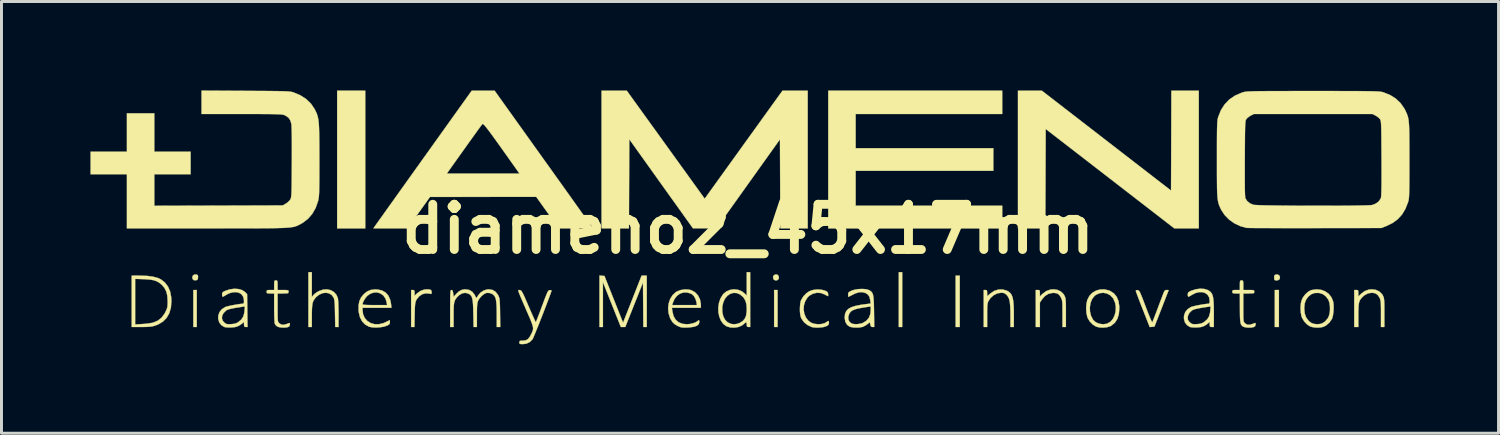
<source format=kicad_pcb>
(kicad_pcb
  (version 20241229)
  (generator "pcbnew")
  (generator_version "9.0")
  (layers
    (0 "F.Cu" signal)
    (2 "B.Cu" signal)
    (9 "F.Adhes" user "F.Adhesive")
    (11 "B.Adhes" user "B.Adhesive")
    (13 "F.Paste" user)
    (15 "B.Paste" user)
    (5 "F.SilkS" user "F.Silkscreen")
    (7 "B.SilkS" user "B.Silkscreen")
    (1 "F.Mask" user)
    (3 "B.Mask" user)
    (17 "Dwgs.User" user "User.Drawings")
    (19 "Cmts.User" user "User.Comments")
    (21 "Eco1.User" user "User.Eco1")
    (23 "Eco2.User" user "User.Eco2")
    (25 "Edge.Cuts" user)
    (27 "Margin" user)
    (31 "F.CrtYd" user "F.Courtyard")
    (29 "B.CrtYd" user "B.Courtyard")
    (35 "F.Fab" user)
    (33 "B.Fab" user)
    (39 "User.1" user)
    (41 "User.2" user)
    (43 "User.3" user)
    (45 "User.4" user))
  (footprint "diameno2_45x17mm"
    (layer "F.Cu")
    (at 22.172 4.672)
    (property "Reference" "diameno2_45x17mm" (at 0 0 0) (layer "F.SilkS") (effects (font (size 1.524 1.524) (thickness 0.3))))
    (attr through_hole)
    (fp_poly (pts (xy -18.588 3.302) (xy -18.704 3.302) (xy -18.704 2.055) (xy -18.588 2.055) (xy -18.588 3.302)) (stroke (width 0.01) (type solid)) (fill yes) (layer "F.SilkS"))
    (fp_poly (pts (xy -12.908 -0.023) (xy -13.855 -0.023) (xy -13.855 -4.664) (xy -12.908 -4.664) (xy -12.908 -0.023)) (stroke (width 0.01) (type solid)) (fill yes) (layer "F.SilkS"))
    (fp_poly (pts (xy 0.993 3.302) (xy 0.877 3.302) (xy 0.877 2.055) (xy 0.993 2.055) (xy 0.993 3.302)) (stroke (width 0.01) (type solid)) (fill yes) (layer "F.SilkS"))
    (fp_poly (pts (xy 5.195 3.302) (xy 5.08 3.302) (xy 5.08 1.455) (xy 5.195 1.455) (xy 5.195 3.302)) (stroke (width 0.01) (type solid)) (fill yes) (layer "F.SilkS"))
    (fp_poly (pts (xy 7.135 3.302) (xy 6.997 3.302) (xy 6.997 1.57) (xy 7.135 1.57) (xy 7.135 3.302)) (stroke (width 0.01) (type solid)) (fill yes) (layer "F.SilkS"))
    (fp_poly (pts (xy 17.895 3.302) (xy 17.757 3.302) (xy 17.757 2.055) (xy 17.895 2.055) (xy 17.895 3.302)) (stroke (width 0.01) (type solid)) (fill yes) (layer "F.SilkS"))
    (fp_poly (pts (xy 0.98 1.535) (xy 1.024 1.575) (xy 1.039 1.64) (xy 1.021 1.695) (xy 0.976 1.728) (xy 0.921 1.733) (xy 0.871 1.708) (xy 0.854 1.685) (xy 0.839 1.619) (xy 0.863 1.563) (xy 0.914 1.533) (xy 0.98 1.535)) (stroke (width 0.01) (type solid)) (fill yes) (layer "F.SilkS"))
    (fp_poly (pts (xy 8.567 -3.879) (xy 3.625 -3.879) (xy 3.625 -2.725) (xy 8.267 -2.725) (xy 8.267 -1.963) (xy 3.625 -1.963) (xy 3.625 -0.785) (xy 8.567 -0.785) (xy 8.567 -0.023) (xy 2.702 -0.023) (xy 2.702 -4.664) (xy 8.567 -4.664) (xy 8.567 -3.879)) (stroke (width 0.01) (type solid)) (fill yes) (layer "F.SilkS"))
    (fp_poly (pts (xy 14.259 -1.297) (xy 14.265 -2.981) (xy 14.27 -4.664) (xy 15.194 -4.664) (xy 15.194 -0.023) (xy 14.369 -0.023) (xy 12.201 -1.699) (xy 10.033 -3.374) (xy 10.027 -1.699) (xy 10.021 -0.023) (xy 9.098 -0.023) (xy 9.098 -4.664) (xy 9.903 -4.664) (xy 14.259 -1.297)) (stroke (width 0.01) (type solid)) (fill yes) (layer "F.SilkS"))
    (fp_poly (pts (xy -18.587 1.536) (xy -18.555 1.556) (xy -18.545 1.596) (xy -18.546 1.636) (xy -18.556 1.692) (xy -18.579 1.718) (xy -18.627 1.727) (xy -18.689 1.723) (xy -18.724 1.691) (xy -18.724 1.691) (xy -18.74 1.623) (xy -18.719 1.568) (xy -18.669 1.534) (xy -18.599 1.532) (xy -18.587 1.536)) (stroke (width 0.01) (type solid)) (fill yes) (layer "F.SilkS"))
    (fp_poly (pts (xy 17.904 1.561) (xy 17.931 1.613) (xy 17.922 1.679) (xy 17.917 1.689) (xy 17.879 1.719) (xy 17.822 1.733) (xy 17.768 1.727) (xy 17.749 1.716) (xy 17.739 1.685) (xy 17.734 1.629) (xy 17.734 1.626) (xy 17.743 1.566) (xy 17.776 1.537) (xy 17.78 1.536) (xy 17.851 1.531) (xy 17.904 1.561)) (stroke (width 0.01) (type solid)) (fill yes) (layer "F.SilkS"))
    (fp_poly (pts (xy -4.927 1.575) (xy -4.843 1.582) (xy -4.53 2.369) (xy -4.216 3.157) (xy -3.903 2.364) (xy -3.591 1.571) (xy -3.417 1.57) (xy -3.417 3.302) (xy -3.532 3.302) (xy -3.538 2.552) (xy -3.544 1.802) (xy -3.843 2.552) (xy -4.141 3.302) (xy -4.291 3.302) (xy -4.593 2.546) (xy -4.895 1.79) (xy -4.895 2.546) (xy -4.895 3.302) (xy -5.011 3.302) (xy -5.011 1.567) (xy -4.927 1.575)) (stroke (width 0.01) (type solid)) (fill yes) (layer "F.SilkS"))
    (fp_poly (pts (xy -3.953 -4.474) (xy -3.919 -4.426) (xy -3.86 -4.344) (xy -3.778 -4.231) (xy -3.676 -4.09) (xy -3.557 -3.924) (xy -3.421 -3.736) (xy -3.272 -3.529) (xy -3.111 -3.307) (xy -2.942 -3.072) (xy -2.766 -2.828) (xy -2.64 -2.653) (xy -1.464 -1.023) (xy -0.153 -2.844) (xy 1.158 -4.664) (xy 2.009 -4.664) (xy 2.009 -0.023) (xy 1.086 -0.023) (xy 1.074 -3.025) (xy -1.07 -0.023) (xy -1.465 -0.024) (xy -1.859 -0.024) (xy -2.933 -1.526) (xy -4.006 -3.028) (xy -4.012 -1.526) (xy -4.018 -0.023) (xy -4.941 -0.023) (xy -4.941 -4.664) (xy -4.09 -4.664) (xy -3.953 -4.474)) (stroke (width 0.01) (type solid)) (fill yes) (layer "F.SilkS"))
    (fp_poly (pts (xy -10.745 2.037) (xy -10.694 2.055) (xy -10.672 2.092) (xy -10.668 2.129) (xy -10.672 2.177) (xy -10.692 2.189) (xy -10.732 2.18) (xy -10.857 2.166) (xy -10.977 2.194) (xy -11.084 2.261) (xy -11.169 2.362) (xy -11.181 2.384) (xy -11.2 2.423) (xy -11.214 2.465) (xy -11.224 2.516) (xy -11.231 2.585) (xy -11.236 2.679) (xy -11.24 2.808) (xy -11.241 2.892) (xy -11.249 3.302) (xy -11.361 3.302) (xy -11.361 2.055) (xy -11.303 2.055) (xy -11.266 2.06) (xy -11.25 2.082) (xy -11.245 2.136) (xy -11.245 2.152) (xy -11.245 2.249) (xy -11.17 2.176) (xy -11.053 2.09) (xy -10.92 2.041) (xy -10.832 2.032) (xy -10.745 2.037)) (stroke (width 0.01) (type solid)) (fill yes) (layer "F.SilkS"))
    (fp_poly (pts (xy -14.709 2.29) (xy -14.651 2.22) (xy -14.596 2.17) (xy -14.52 2.118) (xy -14.473 2.092) (xy -14.333 2.043) (xy -14.197 2.033) (xy -14.072 2.06) (xy -13.965 2.122) (xy -13.881 2.216) (xy -13.832 2.327) (xy -13.825 2.377) (xy -13.818 2.464) (xy -13.813 2.58) (xy -13.81 2.714) (xy -13.808 2.857) (xy -13.808 3.302) (xy -13.92 3.302) (xy -13.928 2.846) (xy -13.931 2.682) (xy -13.935 2.557) (xy -13.941 2.465) (xy -13.949 2.398) (xy -13.96 2.349) (xy -13.974 2.312) (xy -13.976 2.308) (xy -14.042 2.22) (xy -14.132 2.167) (xy -14.236 2.148) (xy -14.347 2.162) (xy -14.458 2.21) (xy -14.561 2.291) (xy -14.592 2.326) (xy -14.632 2.38) (xy -14.663 2.437) (xy -14.684 2.503) (xy -14.697 2.586) (xy -14.705 2.695) (xy -14.708 2.838) (xy -14.709 2.938) (xy -14.709 3.302) (xy -14.824 3.302) (xy -14.824 1.455) (xy -14.709 1.455) (xy -14.709 2.29)) (stroke (width 0.01) (type solid)) (fill yes) (layer "F.SilkS"))
    (fp_poly (pts (xy 10.429 2.051) (xy 10.546 2.107) (xy 10.635 2.193) (xy 10.662 2.239) (xy 10.68 2.276) (xy 10.693 2.314) (xy 10.702 2.359) (xy 10.708 2.418) (xy 10.712 2.5) (xy 10.714 2.611) (xy 10.714 2.758) (xy 10.714 2.822) (xy 10.714 3.302) (xy 10.599 3.302) (xy 10.599 2.857) (xy 10.598 2.701) (xy 10.597 2.584) (xy 10.594 2.497) (xy 10.588 2.434) (xy 10.578 2.387) (xy 10.565 2.348) (xy 10.547 2.309) (xy 10.547 2.308) (xy 10.49 2.221) (xy 10.42 2.171) (xy 10.328 2.153) (xy 10.26 2.154) (xy 10.126 2.184) (xy 10.011 2.254) (xy 9.911 2.367) (xy 9.905 2.377) (xy 9.837 2.479) (xy 9.837 3.302) (xy 9.698 3.302) (xy 9.698 2.055) (xy 9.767 2.055) (xy 9.809 2.058) (xy 9.83 2.074) (xy 9.836 2.117) (xy 9.837 2.164) (xy 9.837 2.272) (xy 9.923 2.188) (xy 10.048 2.093) (xy 10.184 2.043) (xy 10.293 2.032) (xy 10.429 2.051)) (stroke (width 0.01) (type solid)) (fill yes) (layer "F.SilkS"))
    (fp_poly (pts (xy 8.718 2.075) (xy 8.719 2.076) (xy 8.789 2.115) (xy 8.844 2.163) (xy 8.887 2.227) (xy 8.918 2.312) (xy 8.939 2.424) (xy 8.952 2.566) (xy 8.958 2.746) (xy 8.959 2.901) (xy 8.959 3.302) (xy 8.844 3.302) (xy 8.844 2.922) (xy 8.842 2.732) (xy 8.835 2.581) (xy 8.823 2.464) (xy 8.804 2.374) (xy 8.776 2.304) (xy 8.74 2.249) (xy 8.716 2.223) (xy 8.658 2.173) (xy 8.6 2.152) (xy 8.533 2.147) (xy 8.399 2.17) (xy 8.275 2.233) (xy 8.168 2.331) (xy 8.096 2.441) (xy 8.082 2.478) (xy 8.071 2.53) (xy 8.064 2.602) (xy 8.06 2.704) (xy 8.059 2.841) (xy 8.059 2.908) (xy 8.059 3.302) (xy 7.943 3.302) (xy 7.943 2.055) (xy 8.001 2.055) (xy 8.036 2.059) (xy 8.053 2.08) (xy 8.058 2.13) (xy 8.059 2.161) (xy 8.059 2.267) (xy 8.161 2.177) (xy 8.292 2.088) (xy 8.433 2.041) (xy 8.577 2.036) (xy 8.718 2.075)) (stroke (width 0.01) (type solid)) (fill yes) (layer "F.SilkS"))
    (fp_poly (pts (xy 21.167 2.051) (xy 21.283 2.107) (xy 21.372 2.193) (xy 21.399 2.239) (xy 21.417 2.276) (xy 21.43 2.314) (xy 21.439 2.359) (xy 21.445 2.418) (xy 21.449 2.5) (xy 21.451 2.611) (xy 21.451 2.758) (xy 21.451 2.822) (xy 21.451 3.302) (xy 21.336 3.302) (xy 21.336 2.857) (xy 21.336 2.701) (xy 21.334 2.584) (xy 21.331 2.497) (xy 21.325 2.434) (xy 21.316 2.387) (xy 21.303 2.348) (xy 21.285 2.309) (xy 21.284 2.308) (xy 21.222 2.217) (xy 21.144 2.166) (xy 21.041 2.148) (xy 21.029 2.148) (xy 20.898 2.169) (xy 20.777 2.234) (xy 20.716 2.288) (xy 20.667 2.341) (xy 20.631 2.391) (xy 20.606 2.449) (xy 20.589 2.52) (xy 20.58 2.614) (xy 20.575 2.738) (xy 20.574 2.9) (xy 20.574 2.909) (xy 20.574 3.302) (xy 20.435 3.302) (xy 20.435 2.055) (xy 20.505 2.055) (xy 20.547 2.058) (xy 20.567 2.074) (xy 20.573 2.117) (xy 20.574 2.164) (xy 20.574 2.272) (xy 20.661 2.188) (xy 20.785 2.093) (xy 20.922 2.043) (xy 21.03 2.032) (xy 21.167 2.051)) (stroke (width 0.01) (type solid)) (fill yes) (layer "F.SilkS"))
    (fp_poly (pts (xy 14.159 2.057) (xy 14.178 2.061) (xy 14.169 2.083) (xy 14.147 2.143) (xy 14.111 2.234) (xy 14.065 2.353) (xy 14.011 2.492) (xy 13.951 2.647) (xy 13.938 2.679) (xy 13.699 3.29) (xy 13.62 3.297) (xy 13.54 3.304) (xy 13.305 2.707) (xy 13.243 2.55) (xy 13.188 2.406) (xy 13.141 2.282) (xy 13.104 2.183) (xy 13.079 2.114) (xy 13.07 2.082) (xy 13.069 2.081) (xy 13.089 2.061) (xy 13.132 2.059) (xy 13.152 2.064) (xy 13.17 2.075) (xy 13.19 2.099) (xy 13.213 2.14) (xy 13.242 2.204) (xy 13.279 2.294) (xy 13.327 2.417) (xy 13.388 2.577) (xy 13.402 2.615) (xy 13.459 2.763) (xy 13.511 2.894) (xy 13.556 3.003) (xy 13.592 3.085) (xy 13.615 3.134) (xy 13.625 3.146) (xy 13.637 3.12) (xy 13.662 3.058) (xy 13.699 2.965) (xy 13.743 2.849) (xy 13.793 2.717) (xy 13.808 2.679) (xy 13.861 2.537) (xy 13.91 2.406) (xy 13.954 2.291) (xy 13.987 2.203) (xy 14.008 2.148) (xy 14.011 2.142) (xy 14.039 2.084) (xy 14.072 2.059) (xy 14.111 2.055) (xy 14.159 2.057)) (stroke (width 0.01) (type solid)) (fill yes) (layer "F.SilkS"))
    (fp_poly (pts (xy -20.499 1.571) (xy -20.253 1.58) (xy -20.048 1.609) (xy -19.885 1.656) (xy -19.8 1.696) (xy -19.662 1.803) (xy -19.557 1.941) (xy -19.485 2.11) (xy -19.448 2.309) (xy -19.443 2.434) (xy -19.46 2.649) (xy -19.514 2.835) (xy -19.603 2.992) (xy -19.726 3.118) (xy -19.885 3.214) (xy -20.002 3.259) (xy -20.078 3.279) (xy -20.163 3.292) (xy -20.271 3.299) (xy -20.41 3.302) (xy -20.461 3.302) (xy -20.782 3.302) (xy -20.782 3.217) (xy -20.666 3.217) (xy -20.418 3.202) (xy -20.3 3.193) (xy -20.186 3.178) (xy -20.09 3.162) (xy -20.05 3.152) (xy -19.899 3.087) (xy -19.776 2.989) (xy -19.675 2.853) (xy -19.65 2.807) (xy -19.612 2.729) (xy -19.589 2.667) (xy -19.576 2.605) (xy -19.571 2.526) (xy -19.57 2.427) (xy -19.581 2.253) (xy -19.613 2.112) (xy -19.671 1.995) (xy -19.757 1.89) (xy -19.761 1.886) (xy -19.846 1.814) (xy -19.935 1.762) (xy -20.038 1.726) (xy -20.166 1.704) (xy -20.327 1.692) (xy -20.372 1.69) (xy -20.666 1.68) (xy -20.666 3.217) (xy -20.782 3.217) (xy -20.782 1.57) (xy -20.499 1.571)) (stroke (width 0.01) (type solid)) (fill yes) (layer "F.SilkS"))
    (fp_poly (pts (xy 2.477 2.046) (xy 2.575 2.071) (xy 2.643 2.1) (xy 2.679 2.127) (xy 2.694 2.165) (xy 2.697 2.188) (xy 2.699 2.239) (xy 2.695 2.263) (xy 2.694 2.263) (xy 2.669 2.252) (xy 2.619 2.226) (xy 2.583 2.205) (xy 2.454 2.157) (xy 2.318 2.148) (xy 2.185 2.179) (xy 2.067 2.245) (xy 2.003 2.307) (xy 1.925 2.431) (xy 1.882 2.568) (xy 1.872 2.712) (xy 1.894 2.852) (xy 1.947 2.98) (xy 2.029 3.088) (xy 2.124 3.158) (xy 2.228 3.194) (xy 2.348 3.209) (xy 2.469 3.203) (xy 2.575 3.175) (xy 2.63 3.146) (xy 2.685 3.107) (xy 2.713 3.099) (xy 2.723 3.124) (xy 2.725 3.165) (xy 2.718 3.212) (xy 2.692 3.244) (xy 2.634 3.276) (xy 2.627 3.28) (xy 2.54 3.305) (xy 2.427 3.32) (xy 2.307 3.324) (xy 2.198 3.315) (xy 2.147 3.304) (xy 2.005 3.239) (xy 1.887 3.143) (xy 1.801 3.024) (xy 1.775 2.963) (xy 1.756 2.877) (xy 1.746 2.764) (xy 1.747 2.641) (xy 1.756 2.524) (xy 1.774 2.429) (xy 1.786 2.397) (xy 1.859 2.275) (xy 1.96 2.168) (xy 2.064 2.096) (xy 2.189 2.054) (xy 2.333 2.036) (xy 2.477 2.046)) (stroke (width 0.01) (type solid)) (fill yes) (layer "F.SilkS"))
    (fp_poly (pts (xy 12.168 2.071) (xy 12.206 2.087) (xy 12.332 2.169) (xy 12.424 2.28) (xy 12.485 2.422) (xy 12.513 2.598) (xy 12.515 2.677) (xy 12.499 2.869) (xy 12.449 3.029) (xy 12.367 3.157) (xy 12.252 3.253) (xy 12.208 3.277) (xy 12.102 3.31) (xy 11.975 3.324) (xy 11.847 3.318) (xy 11.738 3.291) (xy 11.73 3.288) (xy 11.618 3.218) (xy 11.519 3.117) (xy 11.448 2.999) (xy 11.437 2.969) (xy 11.407 2.837) (xy 11.397 2.685) (xy 11.4 2.638) (xy 11.521 2.638) (xy 11.527 2.787) (xy 11.562 2.929) (xy 11.627 3.053) (xy 11.643 3.074) (xy 11.729 3.147) (xy 11.842 3.193) (xy 11.967 3.21) (xy 12.089 3.194) (xy 12.115 3.185) (xy 12.219 3.123) (xy 12.3 3.027) (xy 12.358 2.907) (xy 12.391 2.772) (xy 12.397 2.63) (xy 12.374 2.489) (xy 12.319 2.36) (xy 12.301 2.33) (xy 12.211 2.234) (xy 12.099 2.173) (xy 11.976 2.149) (xy 11.851 2.162) (xy 11.733 2.214) (xy 11.675 2.259) (xy 11.596 2.363) (xy 11.544 2.493) (xy 11.521 2.638) (xy 11.4 2.638) (xy 11.406 2.531) (xy 11.434 2.396) (xy 11.438 2.386) (xy 11.506 2.254) (xy 11.605 2.15) (xy 11.729 2.077) (xy 11.868 2.038) (xy 12.017 2.035) (xy 12.168 2.071)) (stroke (width 0.01) (type solid)) (fill yes) (layer "F.SilkS"))
    (fp_poly (pts (xy -2.005 2.04) (xy -1.909 2.064) (xy -1.786 2.134) (xy -1.69 2.238) (xy -1.624 2.368) (xy -1.594 2.517) (xy -1.593 2.554) (xy -1.593 2.655) (xy -2.569 2.655) (xy -2.553 2.774) (xy -2.515 2.931) (xy -2.445 3.054) (xy -2.346 3.142) (xy -2.218 3.194) (xy -2.071 3.21) (xy -1.971 3.202) (xy -1.869 3.18) (xy -1.78 3.15) (xy -1.719 3.115) (xy -1.707 3.104) (xy -1.67 3.073) (xy -1.648 3.085) (xy -1.643 3.138) (xy -1.644 3.146) (xy -1.668 3.212) (xy -1.728 3.261) (xy -1.826 3.295) (xy -1.965 3.315) (xy -2.044 3.32) (xy -2.15 3.322) (xy -2.226 3.318) (xy -2.286 3.305) (xy -2.346 3.281) (xy -2.367 3.272) (xy -2.476 3.208) (xy -2.555 3.131) (xy -2.618 3.027) (xy -2.633 2.994) (xy -2.683 2.835) (xy -2.697 2.67) (xy -2.685 2.563) (xy -2.56 2.563) (xy -1.726 2.563) (xy -1.741 2.466) (xy -1.774 2.355) (xy -1.829 2.259) (xy -1.898 2.193) (xy -1.913 2.184) (xy -2.045 2.14) (xy -2.174 2.138) (xy -2.295 2.177) (xy -2.4 2.253) (xy -2.485 2.363) (xy -2.541 2.498) (xy -2.56 2.563) (xy -2.685 2.563) (xy -2.679 2.51) (xy -2.629 2.361) (xy -2.55 2.232) (xy -2.445 2.132) (xy -2.414 2.112) (xy -2.288 2.06) (xy -2.146 2.035) (xy -2.005 2.04)) (stroke (width 0.01) (type solid)) (fill yes) (layer "F.SilkS"))
    (fp_poly (pts (xy 0.069 3.302) (xy 0.012 3.302) (xy -0.027 3.296) (xy -0.043 3.269) (xy -0.046 3.221) (xy -0.052 3.161) (xy -0.072 3.144) (xy -0.11 3.169) (xy -0.129 3.19) (xy -0.219 3.259) (xy -0.337 3.305) (xy -0.469 3.324) (xy -0.602 3.317) (xy -0.724 3.28) (xy -0.741 3.271) (xy -0.842 3.193) (xy -0.919 3.083) (xy -0.973 2.949) (xy -1.002 2.8) (xy -1.005 2.643) (xy -1.003 2.631) (xy -0.871 2.631) (xy -0.871 2.798) (xy -0.838 2.942) (xy -0.777 3.059) (xy -0.69 3.146) (xy -0.58 3.197) (xy -0.478 3.21) (xy -0.381 3.199) (xy -0.292 3.17) (xy -0.282 3.166) (xy -0.181 3.101) (xy -0.111 3.021) (xy -0.068 2.919) (xy -0.049 2.787) (xy -0.046 2.702) (xy -0.055 2.553) (xy -0.083 2.435) (xy -0.133 2.339) (xy -0.168 2.293) (xy -0.27 2.206) (xy -0.379 2.159) (xy -0.489 2.152) (xy -0.596 2.181) (xy -0.692 2.244) (xy -0.774 2.338) (xy -0.834 2.46) (xy -0.869 2.608) (xy -0.871 2.631) (xy -1.003 2.631) (xy -0.982 2.487) (xy -0.932 2.341) (xy -0.854 2.212) (xy -0.842 2.196) (xy -0.738 2.107) (xy -0.614 2.053) (xy -0.478 2.032) (xy -0.341 2.047) (xy -0.214 2.098) (xy -0.127 2.164) (xy -0.046 2.242) (xy -0.046 1.455) (xy 0.069 1.455) (xy 0.069 3.302)) (stroke (width 0.01) (type solid)) (fill yes) (layer "F.SilkS"))
    (fp_poly (pts (xy 19.313 2.048) (xy 19.454 2.099) (xy 19.573 2.184) (xy 19.665 2.298) (xy 19.722 2.434) (xy 19.738 2.532) (xy 19.742 2.654) (xy 19.735 2.783) (xy 19.719 2.905) (xy 19.694 3.004) (xy 19.679 3.039) (xy 19.596 3.155) (xy 19.485 3.25) (xy 19.403 3.294) (xy 19.309 3.317) (xy 19.192 3.324) (xy 19.072 3.315) (xy 18.967 3.291) (xy 18.945 3.282) (xy 18.842 3.214) (xy 18.749 3.116) (xy 18.679 3.001) (xy 18.655 2.937) (xy 18.631 2.805) (xy 18.626 2.679) (xy 18.75 2.679) (xy 18.766 2.848) (xy 18.816 2.987) (xy 18.901 3.098) (xy 18.991 3.167) (xy 19.075 3.197) (xy 19.18 3.209) (xy 19.286 3.2) (xy 19.343 3.185) (xy 19.449 3.12) (xy 19.539 3.014) (xy 19.566 2.967) (xy 19.6 2.868) (xy 19.617 2.743) (xy 19.616 2.609) (xy 19.598 2.484) (xy 19.564 2.385) (xy 19.48 2.271) (xy 19.373 2.192) (xy 19.248 2.154) (xy 19.236 2.153) (xy 19.099 2.157) (xy 18.982 2.2) (xy 18.881 2.285) (xy 18.88 2.286) (xy 18.808 2.387) (xy 18.766 2.504) (xy 18.75 2.649) (xy 18.75 2.679) (xy 18.626 2.679) (xy 18.625 2.653) (xy 18.637 2.504) (xy 18.656 2.414) (xy 18.704 2.309) (xy 18.779 2.208) (xy 18.87 2.123) (xy 18.965 2.067) (xy 18.992 2.058) (xy 19.157 2.033) (xy 19.313 2.048)) (stroke (width 0.01) (type solid)) (fill yes) (layer "F.SilkS"))
    (fp_poly (pts (xy -15.891 1.734) (xy -15.874 1.748) (xy -15.866 1.783) (xy -15.864 1.85) (xy -15.863 1.893) (xy -15.863 2.055) (xy -15.679 2.055) (xy -15.587 2.056) (xy -15.532 2.06) (xy -15.505 2.069) (xy -15.495 2.088) (xy -15.494 2.113) (xy -15.496 2.141) (xy -15.508 2.159) (xy -15.54 2.167) (xy -15.601 2.17) (xy -15.679 2.171) (xy -15.863 2.171) (xy -15.863 2.645) (xy -15.863 2.804) (xy -15.862 2.924) (xy -15.86 3.011) (xy -15.856 3.071) (xy -15.849 3.112) (xy -15.838 3.139) (xy -15.823 3.159) (xy -15.807 3.176) (xy -15.738 3.221) (xy -15.655 3.229) (xy -15.551 3.199) (xy -15.548 3.198) (xy -15.487 3.173) (xy -15.458 3.168) (xy -15.449 3.185) (xy -15.448 3.222) (xy -15.464 3.275) (xy -15.507 3.303) (xy -15.587 3.32) (xy -15.687 3.323) (xy -15.785 3.314) (xy -15.862 3.292) (xy -15.87 3.288) (xy -15.924 3.245) (xy -15.957 3.195) (xy -15.964 3.155) (xy -15.969 3.077) (xy -15.974 2.968) (xy -15.977 2.837) (xy -15.979 2.691) (xy -15.979 2.654) (xy -15.979 2.171) (xy -16.106 2.171) (xy -16.179 2.169) (xy -16.217 2.161) (xy -16.231 2.142) (xy -16.233 2.113) (xy -16.23 2.08) (xy -16.212 2.063) (xy -16.169 2.056) (xy -16.106 2.055) (xy -15.979 2.055) (xy -15.979 1.893) (xy -15.978 1.809) (xy -15.973 1.761) (xy -15.96 1.738) (xy -15.937 1.732) (xy -15.921 1.732) (xy -15.891 1.734)) (stroke (width 0.01) (type solid)) (fill yes) (layer "F.SilkS"))
    (fp_poly (pts (xy -12.488 2.039) (xy -12.34 2.072) (xy -12.22 2.142) (xy -12.128 2.247) (xy -12.066 2.387) (xy -12.039 2.523) (xy -12.024 2.655) (xy -13 2.655) (xy -13 2.731) (xy -12.98 2.877) (xy -12.924 3.001) (xy -12.837 3.099) (xy -12.726 3.169) (xy -12.596 3.207) (xy -12.453 3.21) (xy -12.304 3.175) (xy -12.224 3.141) (xy -12.154 3.106) (xy -12.103 3.081) (xy -12.082 3.071) (xy -12.078 3.091) (xy -12.077 3.14) (xy -12.077 3.142) (xy -12.082 3.186) (xy -12.105 3.218) (xy -12.157 3.248) (xy -12.186 3.261) (xy -12.287 3.293) (xy -12.413 3.313) (xy -12.546 3.321) (xy -12.671 3.315) (xy -12.77 3.295) (xy -12.778 3.293) (xy -12.91 3.22) (xy -13.013 3.113) (xy -13.086 2.974) (xy -13.127 2.806) (xy -13.134 2.733) (xy -13.132 2.563) (xy -13.126 2.534) (xy -13 2.534) (xy -12.989 2.545) (xy -12.952 2.553) (xy -12.885 2.558) (xy -12.784 2.562) (xy -12.642 2.563) (xy -12.586 2.563) (xy -12.172 2.563) (xy -12.185 2.477) (xy -12.225 2.345) (xy -12.296 2.243) (xy -12.389 2.174) (xy -12.499 2.138) (xy -12.617 2.14) (xy -12.737 2.181) (xy -12.831 2.246) (xy -12.89 2.311) (xy -12.944 2.391) (xy -12.984 2.471) (xy -13 2.534) (xy -13.126 2.534) (xy -13.104 2.423) (xy -13.047 2.303) (xy -12.956 2.194) (xy -12.844 2.104) (xy -12.72 2.052) (xy -12.576 2.034) (xy -12.488 2.039)) (stroke (width 0.01) (type solid)) (fill yes) (layer "F.SilkS"))
    (fp_poly (pts (xy 16.667 1.734) (xy 16.684 1.748) (xy 16.692 1.783) (xy 16.695 1.85) (xy 16.695 1.893) (xy 16.695 2.055) (xy 16.879 2.055) (xy 16.971 2.056) (xy 17.026 2.06) (xy 17.053 2.069) (xy 17.063 2.088) (xy 17.064 2.113) (xy 17.062 2.141) (xy 17.05 2.159) (xy 17.018 2.167) (xy 16.957 2.17) (xy 16.879 2.171) (xy 16.695 2.171) (xy 16.695 2.645) (xy 16.695 2.804) (xy 16.696 2.924) (xy 16.698 3.011) (xy 16.702 3.071) (xy 16.71 3.112) (xy 16.72 3.139) (xy 16.735 3.159) (xy 16.751 3.176) (xy 16.82 3.221) (xy 16.903 3.229) (xy 17.007 3.199) (xy 17.01 3.198) (xy 17.071 3.173) (xy 17.1 3.168) (xy 17.11 3.185) (xy 17.11 3.222) (xy 17.094 3.275) (xy 17.051 3.303) (xy 16.976 3.319) (xy 16.882 3.324) (xy 16.788 3.317) (xy 16.713 3.3) (xy 16.697 3.293) (xy 16.661 3.27) (xy 16.633 3.242) (xy 16.612 3.203) (xy 16.598 3.147) (xy 16.589 3.068) (xy 16.583 2.96) (xy 16.581 2.817) (xy 16.58 2.661) (xy 16.579 2.171) (xy 16.452 2.171) (xy 16.38 2.169) (xy 16.342 2.161) (xy 16.327 2.142) (xy 16.325 2.113) (xy 16.329 2.08) (xy 16.346 2.063) (xy 16.389 2.056) (xy 16.452 2.055) (xy 16.579 2.055) (xy 16.579 1.893) (xy 16.58 1.809) (xy 16.585 1.761) (xy 16.598 1.738) (xy 16.622 1.732) (xy 16.637 1.732) (xy 16.667 1.734)) (stroke (width 0.01) (type solid)) (fill yes) (layer "F.SilkS"))
    (fp_poly (pts (xy -6.9 -2.362) (xy -6.691 -2.071) (xy -6.491 -1.79) (xy -6.299 -1.522) (xy -6.118 -1.269) (xy -5.95 -1.033) (xy -5.796 -0.817) (xy -5.657 -0.622) (xy -5.536 -0.451) (xy -5.433 -0.307) (xy -5.351 -0.192) (xy -5.292 -0.108) (xy -5.256 -0.057) (xy -5.245 -0.041) (xy -5.265 -0.036) (xy -5.325 -0.032) (xy -5.419 -0.028) (xy -5.541 -0.025) (xy -5.685 -0.024) (xy -5.812 -0.023) (xy -6.386 -0.023) (xy -6.764 -0.554) (xy -7.143 -1.085) (xy -10.726 -1.083) (xy -11.482 -0.023) (xy -12.632 -0.023) (xy -12.58 -0.1) (xy -12.56 -0.129) (xy -12.514 -0.192) (xy -12.446 -0.289) (xy -12.355 -0.415) (xy -12.245 -0.57) (xy -12.117 -0.75) (xy -11.971 -0.953) (xy -11.812 -1.177) (xy -11.638 -1.42) (xy -11.454 -1.678) (xy -11.316 -1.87) (xy -10.159 -1.87) (xy -7.709 -1.87) (xy -7.82 -2.028) (xy -8.018 -2.307) (xy -8.192 -2.552) (xy -8.342 -2.763) (xy -8.471 -2.943) (xy -8.58 -3.094) (xy -8.671 -3.219) (xy -8.746 -3.319) (xy -8.807 -3.398) (xy -8.854 -3.457) (xy -8.891 -3.499) (xy -8.918 -3.526) (xy -8.938 -3.539) (xy -8.952 -3.543) (xy -8.962 -3.538) (xy -8.962 -3.537) (xy -8.983 -3.511) (xy -9.027 -3.451) (xy -9.093 -3.361) (xy -9.176 -3.246) (xy -9.275 -3.109) (xy -9.385 -2.956) (xy -9.504 -2.789) (xy -9.579 -2.684) (xy -10.159 -1.87) (xy -11.316 -1.87) (xy -11.26 -1.949) (xy -11.058 -2.232) (xy -10.923 -2.421) (xy -9.319 -4.664) (xy -8.546 -4.664) (xy -6.9 -2.362)) (stroke (width 0.01) (type solid)) (fill yes) (layer "F.SilkS"))
    (fp_poly (pts (xy -7.708 2.058) (xy -7.697 2.059) (xy -7.676 2.064) (xy -7.656 2.075) (xy -7.636 2.098) (xy -7.611 2.138) (xy -7.579 2.199) (xy -7.538 2.287) (xy -7.486 2.407) (xy -7.418 2.563) (xy -7.401 2.603) (xy -7.338 2.75) (xy -7.28 2.88) (xy -7.231 2.99) (xy -7.192 3.074) (xy -7.167 3.126) (xy -7.158 3.14) (xy -7.147 3.119) (xy -7.123 3.061) (xy -7.088 2.971) (xy -7.043 2.855) (xy -6.992 2.719) (xy -6.949 2.603) (xy -6.887 2.437) (xy -6.839 2.309) (xy -6.801 2.214) (xy -6.772 2.147) (xy -6.749 2.103) (xy -6.73 2.078) (xy -6.711 2.065) (xy -6.692 2.06) (xy -6.689 2.059) (xy -6.644 2.061) (xy -6.627 2.075) (xy -6.635 2.106) (xy -6.659 2.173) (xy -6.695 2.272) (xy -6.741 2.396) (xy -6.795 2.538) (xy -6.855 2.694) (xy -6.918 2.858) (xy -6.983 3.022) (xy -7.046 3.183) (xy -7.106 3.332) (xy -7.16 3.465) (xy -7.206 3.576) (xy -7.241 3.659) (xy -7.263 3.707) (xy -7.268 3.716) (xy -7.364 3.812) (xy -7.479 3.866) (xy -7.589 3.879) (xy -7.66 3.878) (xy -7.697 3.869) (xy -7.711 3.849) (xy -7.712 3.822) (xy -7.708 3.787) (xy -7.688 3.77) (xy -7.64 3.764) (xy -7.602 3.764) (xy -7.503 3.753) (xy -7.429 3.715) (xy -7.368 3.644) (xy -7.334 3.583) (xy -7.299 3.514) (xy -7.273 3.458) (xy -7.256 3.408) (xy -7.249 3.358) (xy -7.254 3.301) (xy -7.271 3.233) (xy -7.302 3.146) (xy -7.347 3.034) (xy -7.408 2.892) (xy -7.481 2.726) (xy -7.562 2.538) (xy -7.627 2.389) (xy -7.676 2.273) (xy -7.711 2.188) (xy -7.734 2.128) (xy -7.746 2.088) (xy -7.747 2.066) (xy -7.741 2.056) (xy -7.727 2.055) (xy -7.708 2.058)) (stroke (width 0.01) (type solid)) (fill yes) (layer "F.SilkS"))
    (fp_poly (pts (xy 3.969 2.028) (xy 4.063 2.053) (xy 4.081 2.061) (xy 4.127 2.089) (xy 4.163 2.121) (xy 4.191 2.162) (xy 4.211 2.218) (xy 4.225 2.296) (xy 4.234 2.4) (xy 4.24 2.537) (xy 4.244 2.712) (xy 4.245 2.777) (xy 4.252 3.302) (xy 4.194 3.302) (xy 4.152 3.294) (xy 4.13 3.26) (xy 4.12 3.222) (xy 4.105 3.142) (xy 4.021 3.208) (xy 3.95 3.255) (xy 3.876 3.293) (xy 3.859 3.299) (xy 3.769 3.317) (xy 3.659 3.323) (xy 3.547 3.318) (xy 3.453 3.301) (xy 3.424 3.291) (xy 3.338 3.229) (xy 3.281 3.135) (xy 3.257 3.01) (xy 3.256 2.976) (xy 3.258 2.961) (xy 3.376 2.961) (xy 3.382 3.054) (xy 3.422 3.133) (xy 3.491 3.185) (xy 3.495 3.187) (xy 3.58 3.205) (xy 3.686 3.206) (xy 3.792 3.19) (xy 3.868 3.166) (xy 3.99 3.089) (xy 4.074 2.989) (xy 4.121 2.863) (xy 4.133 2.734) (xy 4.133 2.609) (xy 4.035 2.623) (xy 3.857 2.651) (xy 3.718 2.677) (xy 3.614 2.704) (xy 3.536 2.734) (xy 3.48 2.768) (xy 3.438 2.811) (xy 3.406 2.864) (xy 3.406 2.864) (xy 3.376 2.961) (xy 3.258 2.961) (xy 3.268 2.863) (xy 3.306 2.77) (xy 3.374 2.696) (xy 3.476 2.637) (xy 3.616 2.592) (xy 3.796 2.556) (xy 3.854 2.548) (xy 4.132 2.511) (xy 4.118 2.404) (xy 4.092 2.291) (xy 4.043 2.213) (xy 3.968 2.161) (xy 3.959 2.157) (xy 3.849 2.127) (xy 3.736 2.132) (xy 3.61 2.173) (xy 3.543 2.205) (xy 3.468 2.244) (xy 3.41 2.272) (xy 3.381 2.286) (xy 3.38 2.286) (xy 3.374 2.266) (xy 3.371 2.216) (xy 3.371 2.208) (xy 3.375 2.162) (xy 3.393 2.131) (xy 3.436 2.103) (xy 3.493 2.076) (xy 3.598 2.043) (xy 3.722 2.024) (xy 3.851 2.019) (xy 3.969 2.028)) (stroke (width 0.01) (type solid)) (fill yes) (layer "F.SilkS"))
    (fp_poly (pts (xy -17.179 2.023) (xy -17.056 2.059) (xy -16.962 2.123) (xy -16.957 2.127) (xy -16.891 2.197) (xy -16.877 3.302) (xy -16.936 3.302) (xy -16.973 3.297) (xy -16.99 3.275) (xy -16.995 3.223) (xy -16.996 3.204) (xy -16.998 3.146) (xy -17.006 3.13) (xy -17.02 3.146) (xy -17.052 3.18) (xy -17.11 3.223) (xy -17.149 3.248) (xy -17.221 3.284) (xy -17.296 3.305) (xy -17.393 3.316) (xy -17.431 3.317) (xy -17.525 3.318) (xy -17.607 3.312) (xy -17.661 3.302) (xy -17.665 3.301) (xy -17.766 3.235) (xy -17.834 3.14) (xy -17.865 3.023) (xy -17.865 3.013) (xy -17.74 3.013) (xy -17.707 3.099) (xy -17.664 3.148) (xy -17.62 3.183) (xy -17.58 3.202) (xy -17.527 3.209) (xy -17.446 3.206) (xy -17.432 3.206) (xy -17.333 3.196) (xy -17.262 3.177) (xy -17.196 3.142) (xy -17.176 3.128) (xy -17.084 3.049) (xy -17.025 2.958) (xy -16.99 2.844) (xy -16.979 2.761) (xy -16.965 2.608) (xy -17.067 2.623) (xy -17.244 2.65) (xy -17.38 2.675) (xy -17.481 2.698) (xy -17.55 2.72) (xy -17.592 2.742) (xy -17.593 2.742) (xy -17.682 2.829) (xy -17.732 2.921) (xy -17.74 3.013) (xy -17.865 3.013) (xy -17.862 2.919) (xy -17.822 2.801) (xy -17.743 2.703) (xy -17.63 2.63) (xy -17.627 2.629) (xy -17.57 2.61) (xy -17.48 2.589) (xy -17.371 2.566) (xy -17.255 2.546) (xy -17.147 2.529) (xy -17.058 2.519) (xy -17.024 2.517) (xy -17.003 2.497) (xy -16.996 2.445) (xy -17.001 2.376) (xy -17.018 2.301) (xy -17.029 2.273) (xy -17.084 2.195) (xy -17.169 2.146) (xy -17.274 2.126) (xy -17.393 2.136) (xy -17.518 2.176) (xy -17.618 2.232) (xy -17.681 2.271) (xy -17.716 2.281) (xy -17.731 2.259) (xy -17.734 2.208) (xy -17.73 2.162) (xy -17.712 2.13) (xy -17.668 2.103) (xy -17.615 2.079) (xy -17.468 2.032) (xy -17.319 2.013) (xy -17.179 2.023)) (stroke (width 0.01) (type solid)) (fill yes) (layer "F.SilkS"))
    (fp_poly (pts (xy -8.622 2.051) (xy -8.52 2.11) (xy -8.44 2.209) (xy -8.428 2.23) (xy -8.409 2.27) (xy -8.394 2.308) (xy -8.383 2.353) (xy -8.376 2.41) (xy -8.371 2.488) (xy -8.367 2.594) (xy -8.364 2.735) (xy -8.363 2.822) (xy -8.356 3.302) (xy -8.474 3.302) (xy -8.475 2.892) (xy -8.476 2.71) (xy -8.481 2.568) (xy -8.49 2.458) (xy -8.503 2.375) (xy -8.522 2.312) (xy -8.548 2.261) (xy -8.562 2.242) (xy -8.626 2.188) (xy -8.715 2.156) (xy -8.807 2.152) (xy -8.829 2.156) (xy -8.904 2.192) (xy -8.984 2.257) (xy -9.056 2.338) (xy -9.101 2.413) (xy -9.117 2.455) (xy -9.128 2.504) (xy -9.136 2.57) (xy -9.141 2.659) (xy -9.143 2.781) (xy -9.143 2.904) (xy -9.144 3.302) (xy -9.255 3.302) (xy -9.264 2.846) (xy -9.269 2.661) (xy -9.276 2.517) (xy -9.287 2.407) (xy -9.304 2.326) (xy -9.327 2.267) (xy -9.359 2.225) (xy -9.399 2.194) (xy -9.418 2.184) (xy -9.526 2.151) (xy -9.631 2.164) (xy -9.735 2.223) (xy -9.794 2.278) (xy -9.84 2.331) (xy -9.874 2.381) (xy -9.898 2.437) (xy -9.914 2.506) (xy -9.924 2.596) (xy -9.928 2.715) (xy -9.929 2.872) (xy -9.929 2.897) (xy -9.929 3.302) (xy -10.045 3.302) (xy -10.045 2.679) (xy -10.044 2.493) (xy -10.044 2.348) (xy -10.042 2.239) (xy -10.039 2.161) (xy -10.035 2.109) (xy -10.029 2.077) (xy -10.02 2.061) (xy -10.009 2.056) (xy -10.001 2.055) (xy -9.973 2.065) (xy -9.955 2.101) (xy -9.943 2.17) (xy -9.928 2.285) (xy -9.844 2.191) (xy -9.751 2.103) (xy -9.661 2.053) (xy -9.562 2.033) (xy -9.532 2.032) (xy -9.405 2.052) (xy -9.302 2.112) (xy -9.223 2.212) (xy -9.216 2.226) (xy -9.16 2.334) (xy -9.105 2.241) (xy -9.023 2.144) (xy -8.916 2.073) (xy -8.797 2.036) (xy -8.749 2.032) (xy -8.622 2.051)) (stroke (width 0.01) (type solid)) (fill yes) (layer "F.SilkS"))
    (fp_poly (pts (xy 15.385 2.02) (xy 15.505 2.059) (xy 15.577 2.109) (xy 15.615 2.15) (xy 15.645 2.2) (xy 15.667 2.263) (xy 15.683 2.345) (xy 15.693 2.454) (xy 15.699 2.594) (xy 15.702 2.771) (xy 15.702 2.866) (xy 15.702 3.302) (xy 15.633 3.302) (xy 15.589 3.299) (xy 15.569 3.28) (xy 15.563 3.233) (xy 15.563 3.204) (xy 15.56 3.146) (xy 15.552 3.13) (xy 15.539 3.146) (xy 15.506 3.18) (xy 15.448 3.223) (xy 15.409 3.248) (xy 15.337 3.284) (xy 15.262 3.305) (xy 15.165 3.316) (xy 15.127 3.317) (xy 15.034 3.318) (xy 14.951 3.312) (xy 14.897 3.302) (xy 14.894 3.301) (xy 14.792 3.235) (xy 14.724 3.14) (xy 14.693 3.023) (xy 14.694 2.992) (xy 14.82 2.992) (xy 14.829 3.061) (xy 14.862 3.116) (xy 14.894 3.148) (xy 14.938 3.183) (xy 14.978 3.202) (xy 15.031 3.209) (xy 15.112 3.206) (xy 15.127 3.206) (xy 15.225 3.196) (xy 15.297 3.177) (xy 15.362 3.142) (xy 15.382 3.128) (xy 15.478 3.044) (xy 15.539 2.947) (xy 15.573 2.824) (xy 15.581 2.758) (xy 15.593 2.608) (xy 15.491 2.623) (xy 15.314 2.65) (xy 15.177 2.675) (xy 15.077 2.698) (xy 15.008 2.72) (xy 14.966 2.742) (xy 14.965 2.742) (xy 14.873 2.833) (xy 14.826 2.934) (xy 14.82 2.992) (xy 14.694 2.992) (xy 14.696 2.919) (xy 14.737 2.801) (xy 14.816 2.703) (xy 14.928 2.63) (xy 14.932 2.629) (xy 14.989 2.61) (xy 15.078 2.589) (xy 15.187 2.566) (xy 15.303 2.546) (xy 15.411 2.529) (xy 15.5 2.519) (xy 15.534 2.517) (xy 15.555 2.495) (xy 15.563 2.434) (xy 15.563 2.423) (xy 15.545 2.308) (xy 15.493 2.219) (xy 15.414 2.158) (xy 15.313 2.127) (xy 15.196 2.128) (xy 15.07 2.163) (xy 14.94 2.232) (xy 14.877 2.271) (xy 14.842 2.281) (xy 14.827 2.259) (xy 14.824 2.208) (xy 14.828 2.16) (xy 14.848 2.129) (xy 14.894 2.101) (xy 14.936 2.082) (xy 15.092 2.031) (xy 15.244 2.01) (xy 15.385 2.02)) (stroke (width 0.01) (type solid)) (fill yes) (layer "F.SilkS"))
    (fp_poly (pts (xy -16.943 -4.659) (xy -16.642 -4.657) (xy -16.384 -4.656) (xy -16.165 -4.654) (xy -15.981 -4.652) (xy -15.829 -4.65) (xy -15.705 -4.647) (xy -15.606 -4.644) (xy -15.528 -4.64) (xy -15.467 -4.635) (xy -15.419 -4.629) (xy -15.382 -4.623) (xy -15.351 -4.615) (xy -15.332 -4.609) (xy -15.099 -4.511) (xy -14.902 -4.385) (xy -14.741 -4.231) (xy -14.617 -4.048) (xy -14.598 -4.012) (xy -14.569 -3.951) (xy -14.543 -3.893) (xy -14.522 -3.834) (xy -14.505 -3.771) (xy -14.491 -3.699) (xy -14.48 -3.614) (xy -14.471 -3.512) (xy -14.465 -3.388) (xy -14.461 -3.238) (xy -14.458 -3.059) (xy -14.456 -2.845) (xy -14.456 -2.594) (xy -14.455 -2.33) (xy -14.455 -2.06) (xy -14.456 -1.832) (xy -14.456 -1.642) (xy -14.458 -1.485) (xy -14.46 -1.357) (xy -14.462 -1.254) (xy -14.466 -1.172) (xy -14.471 -1.106) (xy -14.477 -1.052) (xy -14.485 -1.006) (xy -14.494 -0.964) (xy -14.501 -0.937) (xy -14.58 -0.711) (xy -14.694 -0.512) (xy -14.84 -0.344) (xy -15.016 -0.209) (xy -15.097 -0.164) (xy -15.137 -0.143) (xy -15.174 -0.125) (xy -15.21 -0.108) (xy -15.248 -0.094) (xy -15.29 -0.081) (xy -15.339 -0.07) (xy -15.398 -0.06) (xy -15.469 -0.052) (xy -15.554 -0.045) (xy -15.657 -0.039) (xy -15.78 -0.035) (xy -15.925 -0.031) (xy -16.096 -0.028) (xy -16.294 -0.026) (xy -16.523 -0.025) (xy -16.784 -0.024) (xy -17.082 -0.024) (xy -17.417 -0.024) (xy -17.793 -0.023) (xy -18.213 -0.023) (xy -18.236 -0.023) (xy -20.943 -0.023) (xy -20.943 -1.847) (xy -22.167 -1.847) (xy -22.167 -2.609) (xy -20.943 -2.609) (xy -20.943 -3.902) (xy -20.02 -3.902) (xy -20.02 -2.609) (xy -18.796 -2.609) (xy -18.796 -1.847) (xy -20.02 -1.847) (xy -20.02 -0.784) (xy -17.855 -0.79) (xy -15.69 -0.797) (xy -15.588 -0.854) (xy -15.516 -0.906) (xy -15.455 -0.968) (xy -15.437 -0.993) (xy -15.427 -1.012) (xy -15.418 -1.034) (xy -15.41 -1.063) (xy -15.404 -1.102) (xy -15.399 -1.155) (xy -15.395 -1.227) (xy -15.392 -1.322) (xy -15.39 -1.442) (xy -15.388 -1.594) (xy -15.386 -1.78) (xy -15.385 -2.004) (xy -15.383 -2.246) (xy -15.382 -2.547) (xy -15.382 -2.813) (xy -15.383 -3.042) (xy -15.386 -3.231) (xy -15.389 -3.379) (xy -15.394 -3.485) (xy -15.4 -3.546) (xy -15.4 -3.549) (xy -15.436 -3.668) (xy -15.497 -3.755) (xy -15.592 -3.821) (xy -15.621 -3.836) (xy -15.643 -3.845) (xy -15.668 -3.852) (xy -15.702 -3.859) (xy -15.747 -3.864) (xy -15.806 -3.868) (xy -15.885 -3.871) (xy -15.986 -3.874) (xy -16.114 -3.876) (xy -16.271 -3.877) (xy -16.463 -3.878) (xy -16.691 -3.878) (xy -16.961 -3.879) (xy -17.07 -3.879) (xy -18.427 -3.879) (xy -18.427 -4.667) (xy -16.943 -4.659)) (stroke (width 0.01) (type solid)) (fill yes) (layer "F.SilkS"))
    (fp_poly (pts (xy 19.422 -4.653) (xy 19.75 -4.653) (xy 20.039 -4.652) (xy 20.289 -4.652) (xy 20.505 -4.651) (xy 20.689 -4.65) (xy 20.845 -4.648) (xy 20.974 -4.647) (xy 21.08 -4.644) (xy 21.166 -4.641) (xy 21.235 -4.638) (xy 21.289 -4.634) (xy 21.331 -4.629) (xy 21.365 -4.623) (xy 21.393 -4.617) (xy 21.417 -4.61) (xy 21.642 -4.52) (xy 21.836 -4.398) (xy 21.998 -4.244) (xy 22.124 -4.063) (xy 22.152 -4.01) (xy 22.181 -3.948) (xy 22.206 -3.893) (xy 22.227 -3.838) (xy 22.245 -3.781) (xy 22.259 -3.718) (xy 22.27 -3.643) (xy 22.279 -3.553) (xy 22.285 -3.444) (xy 22.289 -3.311) (xy 22.292 -3.151) (xy 22.293 -2.959) (xy 22.294 -2.731) (xy 22.294 -2.463) (xy 22.294 -2.321) (xy 22.294 -2.044) (xy 22.294 -1.809) (xy 22.293 -1.612) (xy 22.292 -1.45) (xy 22.29 -1.318) (xy 22.287 -1.212) (xy 22.284 -1.128) (xy 22.279 -1.063) (xy 22.274 -1.012) (xy 22.267 -0.971) (xy 22.258 -0.936) (xy 22.252 -0.913) (xy 22.163 -0.685) (xy 22.049 -0.493) (xy 21.905 -0.334) (xy 21.728 -0.204) (xy 21.515 -0.1) (xy 21.502 -0.095) (xy 21.348 -0.035) (xy 19.108 -0.032) (xy 18.789 -0.031) (xy 18.483 -0.031) (xy 18.192 -0.031) (xy 17.92 -0.032) (xy 17.67 -0.032) (xy 17.446 -0.033) (xy 17.25 -0.034) (xy 17.086 -0.034) (xy 16.957 -0.036) (xy 16.866 -0.037) (xy 16.817 -0.038) (xy 16.81 -0.039) (xy 16.595 -0.097) (xy 16.394 -0.192) (xy 16.215 -0.319) (xy 16.065 -0.473) (xy 15.95 -0.649) (xy 15.935 -0.68) (xy 15.908 -0.737) (xy 15.885 -0.79) (xy 15.866 -0.843) (xy 15.851 -0.899) (xy 15.838 -0.963) (xy 15.828 -1.039) (xy 15.82 -1.13) (xy 15.814 -1.242) (xy 15.81 -1.379) (xy 15.808 -1.543) (xy 15.807 -1.74) (xy 15.806 -1.788) (xy 16.745 -1.788) (xy 16.746 -1.563) (xy 16.747 -1.379) (xy 16.75 -1.236) (xy 16.754 -1.131) (xy 16.76 -1.065) (xy 16.765 -1.036) (xy 16.826 -0.943) (xy 16.92 -0.867) (xy 17.034 -0.818) (xy 17.077 -0.813) (xy 17.162 -0.808) (xy 17.285 -0.803) (xy 17.441 -0.799) (xy 17.625 -0.796) (xy 17.835 -0.793) (xy 18.065 -0.79) (xy 18.311 -0.788) (xy 18.569 -0.786) (xy 18.834 -0.785) (xy 19.103 -0.785) (xy 19.37 -0.785) (xy 19.633 -0.785) (xy 19.885 -0.786) (xy 20.124 -0.787) (xy 20.344 -0.789) (xy 20.542 -0.792) (xy 20.713 -0.795) (xy 20.853 -0.799) (xy 20.958 -0.803) (xy 21.023 -0.808) (xy 21.037 -0.81) (xy 21.156 -0.854) (xy 21.255 -0.926) (xy 21.321 -1.018) (xy 21.337 -1.059) (xy 21.343 -1.105) (xy 21.348 -1.196) (xy 21.352 -1.332) (xy 21.355 -1.514) (xy 21.356 -1.742) (xy 21.356 -2.015) (xy 21.355 -2.334) (xy 21.355 -2.394) (xy 21.353 -2.666) (xy 21.351 -2.896) (xy 21.35 -3.087) (xy 21.348 -3.244) (xy 21.346 -3.37) (xy 21.343 -3.468) (xy 21.339 -3.543) (xy 21.335 -3.599) (xy 21.329 -3.639) (xy 21.322 -3.667) (xy 21.314 -3.688) (xy 21.305 -3.704) (xy 21.3 -3.71) (xy 21.25 -3.761) (xy 21.179 -3.811) (xy 21.151 -3.827) (xy 21.049 -3.879) (xy 17.051 -3.879) (xy 16.949 -3.827) (xy 16.877 -3.782) (xy 16.816 -3.729) (xy 16.8 -3.71) (xy 16.79 -3.695) (xy 16.781 -3.677) (xy 16.774 -3.653) (xy 16.768 -3.619) (xy 16.763 -3.571) (xy 16.759 -3.505) (xy 16.756 -3.418) (xy 16.753 -3.306) (xy 16.751 -3.165) (xy 16.75 -2.99) (xy 16.748 -2.78) (xy 16.747 -2.529) (xy 16.746 -2.371) (xy 16.745 -2.057) (xy 16.745 -1.788) (xy 15.806 -1.788) (xy 15.806 -1.973) (xy 15.806 -2.247) (xy 15.806 -2.355) (xy 15.806 -2.634) (xy 15.806 -2.87) (xy 15.807 -3.067) (xy 15.808 -3.231) (xy 15.81 -3.364) (xy 15.813 -3.471) (xy 15.816 -3.556) (xy 15.821 -3.622) (xy 15.826 -3.674) (xy 15.833 -3.715) (xy 15.841 -3.751) (xy 15.848 -3.775) (xy 15.939 -4.005) (xy 16.063 -4.2) (xy 16.218 -4.363) (xy 16.406 -4.494) (xy 16.628 -4.592) (xy 16.683 -4.61) (xy 16.708 -4.617) (xy 16.736 -4.624) (xy 16.771 -4.629) (xy 16.814 -4.634) (xy 16.868 -4.638) (xy 16.938 -4.641) (xy 17.025 -4.644) (xy 17.132 -4.647) (xy 17.262 -4.649) (xy 17.419 -4.65) (xy 17.605 -4.651) (xy 17.822 -4.652) (xy 18.074 -4.652) (xy 18.364 -4.653) (xy 18.695 -4.653) (xy 19.05 -4.653) (xy 19.422 -4.653)) (stroke (width 0.01) (type solid)) (fill yes) (layer "F.SilkS")))
  (gr_rect
    (start -3 -3)
    (end 47.472 11.556)
    (stroke (width 0.1) (type default))
    (fill no)
    (layer "Edge.Cuts")))
</source>
